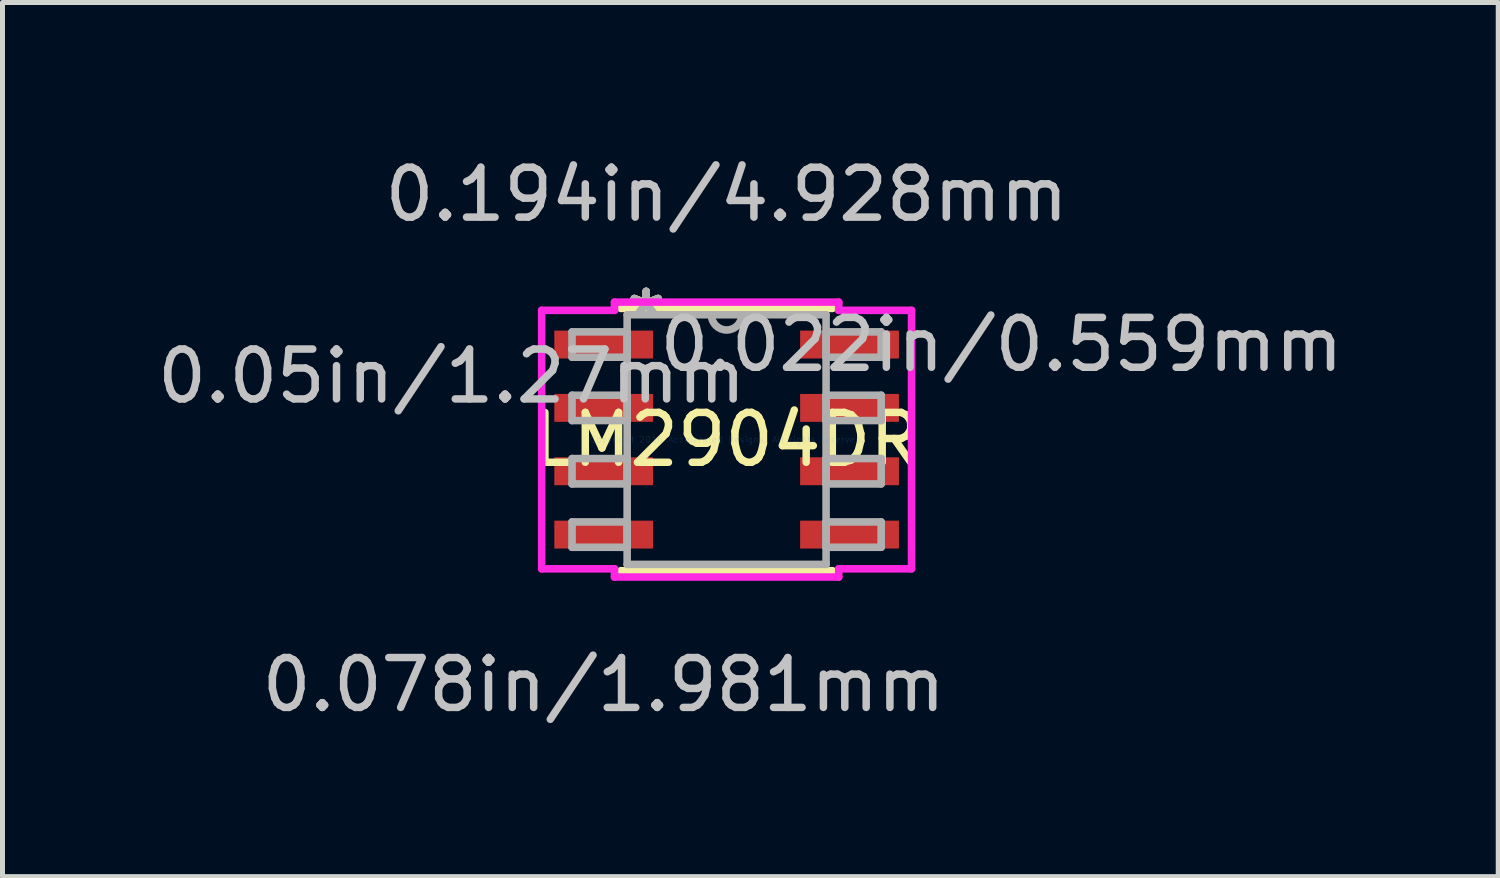
<source format=kicad_pcb>
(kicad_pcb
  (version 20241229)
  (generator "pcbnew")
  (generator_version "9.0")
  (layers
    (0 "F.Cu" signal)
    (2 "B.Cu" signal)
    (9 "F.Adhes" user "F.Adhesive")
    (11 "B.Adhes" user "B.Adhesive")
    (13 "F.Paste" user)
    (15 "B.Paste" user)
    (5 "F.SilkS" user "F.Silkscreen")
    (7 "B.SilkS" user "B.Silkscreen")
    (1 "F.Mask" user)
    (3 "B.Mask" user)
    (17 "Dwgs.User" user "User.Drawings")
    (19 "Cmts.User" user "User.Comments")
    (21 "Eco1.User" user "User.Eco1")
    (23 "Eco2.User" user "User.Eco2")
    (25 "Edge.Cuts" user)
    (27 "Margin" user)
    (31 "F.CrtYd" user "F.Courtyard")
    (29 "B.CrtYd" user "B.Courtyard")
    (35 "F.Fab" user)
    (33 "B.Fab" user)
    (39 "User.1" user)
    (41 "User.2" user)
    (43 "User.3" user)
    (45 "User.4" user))
  (footprint "LM2904DR"
    (layer "F.Cu")
    (at 11.518 5.763)
    (property "Reference" "LM2904DR" (at 0 0 0) (layer "F.SilkS") (effects (font (size 1 1) (thickness 0.15))))
    (attr through_hole)
    (fp_line (start -2.121 2.629) (end 2.121 2.629) (stroke (width 0.152) (type solid)) (layer "F.SilkS"))
    (fp_line (start 2.121 -2.629) (end -2.121 -2.629) (stroke (width 0.152) (type solid)) (layer "F.SilkS"))
    (fp_line (start -3.708 -2.591) (end -2.248 -2.591) (stroke (width 0.152) (type solid)) (layer "F.CrtYd"))
    (fp_line (start -3.708 2.591) (end -3.708 -2.591) (stroke (width 0.152) (type solid)) (layer "F.CrtYd"))
    (fp_line (start -2.248 -2.756) (end 2.248 -2.756) (stroke (width 0.152) (type solid)) (layer "F.CrtYd"))
    (fp_line (start -2.248 -2.591) (end -2.248 -2.756) (stroke (width 0.152) (type solid)) (layer "F.CrtYd"))
    (fp_line (start -2.248 2.591) (end -3.708 2.591) (stroke (width 0.152) (type solid)) (layer "F.CrtYd"))
    (fp_line (start -2.248 2.756) (end -2.248 2.591) (stroke (width 0.152) (type solid)) (layer "F.CrtYd"))
    (fp_line (start 2.248 -2.756) (end 2.248 -2.591) (stroke (width 0.152) (type solid)) (layer "F.CrtYd"))
    (fp_line (start 2.248 -2.591) (end 3.708 -2.591) (stroke (width 0.152) (type solid)) (layer "F.CrtYd"))
    (fp_line (start 2.248 2.591) (end 2.248 2.756) (stroke (width 0.152) (type solid)) (layer "F.CrtYd"))
    (fp_line (start 2.248 2.756) (end -2.248 2.756) (stroke (width 0.152) (type solid)) (layer "F.CrtYd"))
    (fp_line (start 3.708 -2.591) (end 3.708 2.591) (stroke (width 0.152) (type solid)) (layer "F.CrtYd"))
    (fp_line (start 3.708 2.591) (end 2.248 2.591) (stroke (width 0.152) (type solid)) (layer "F.CrtYd"))
    (fp_line (start -3.099 -2.159) (end -3.099 -1.651) (stroke (width 0.152) (type solid)) (layer "F.Fab"))
    (fp_line (start -3.099 -1.651) (end -1.994 -1.651) (stroke (width 0.152) (type solid)) (layer "F.Fab"))
    (fp_line (start -3.099 -0.889) (end -3.099 -0.381) (stroke (width 0.152) (type solid)) (layer "F.Fab"))
    (fp_line (start -3.099 -0.381) (end -1.994 -0.381) (stroke (width 0.152) (type solid)) (layer "F.Fab"))
    (fp_line (start -3.099 0.381) (end -3.099 0.889) (stroke (width 0.152) (type solid)) (layer "F.Fab"))
    (fp_line (start -3.099 0.889) (end -1.994 0.889) (stroke (width 0.152) (type solid)) (layer "F.Fab"))
    (fp_line (start -3.099 1.651) (end -3.099 2.159) (stroke (width 0.152) (type solid)) (layer "F.Fab"))
    (fp_line (start -3.099 2.159) (end -1.994 2.159) (stroke (width 0.152) (type solid)) (layer "F.Fab"))
    (fp_line (start -1.994 -2.502) (end -1.994 2.502) (stroke (width 0.152) (type solid)) (layer "F.Fab"))
    (fp_line (start -1.994 -2.159) (end -3.099 -2.159) (stroke (width 0.152) (type solid)) (layer "F.Fab"))
    (fp_line (start -1.994 -1.651) (end -1.994 -2.159) (stroke (width 0.152) (type solid)) (layer "F.Fab"))
    (fp_line (start -1.994 -0.889) (end -3.099 -0.889) (stroke (width 0.152) (type solid)) (layer "F.Fab"))
    (fp_line (start -1.994 -0.381) (end -1.994 -0.889) (stroke (width 0.152) (type solid)) (layer "F.Fab"))
    (fp_line (start -1.994 0.381) (end -3.099 0.381) (stroke (width 0.152) (type solid)) (layer "F.Fab"))
    (fp_line (start -1.994 0.889) (end -1.994 0.381) (stroke (width 0.152) (type solid)) (layer "F.Fab"))
    (fp_line (start -1.994 1.651) (end -3.099 1.651) (stroke (width 0.152) (type solid)) (layer "F.Fab"))
    (fp_line (start -1.994 2.159) (end -1.994 1.651) (stroke (width 0.152) (type solid)) (layer "F.Fab"))
    (fp_line (start -1.994 2.502) (end 1.994 2.502) (stroke (width 0.152) (type solid)) (layer "F.Fab"))
    (fp_line (start 1.994 -2.502) (end -1.994 -2.502) (stroke (width 0.152) (type solid)) (layer "F.Fab"))
    (fp_line (start 1.994 -2.159) (end 1.994 -1.651) (stroke (width 0.152) (type solid)) (layer "F.Fab"))
    (fp_line (start 1.994 -1.651) (end 3.099 -1.651) (stroke (width 0.152) (type solid)) (layer "F.Fab"))
    (fp_line (start 1.994 -0.889) (end 1.994 -0.381) (stroke (width 0.152) (type solid)) (layer "F.Fab"))
    (fp_line (start 1.994 -0.381) (end 3.099 -0.381) (stroke (width 0.152) (type solid)) (layer "F.Fab"))
    (fp_line (start 1.994 0.381) (end 1.994 0.889) (stroke (width 0.152) (type solid)) (layer "F.Fab"))
    (fp_line (start 1.994 0.889) (end 3.099 0.889) (stroke (width 0.152) (type solid)) (layer "F.Fab"))
    (fp_line (start 1.994 1.651) (end 1.994 2.159) (stroke (width 0.152) (type solid)) (layer "F.Fab"))
    (fp_line (start 1.994 2.159) (end 3.099 2.159) (stroke (width 0.152) (type solid)) (layer "F.Fab"))
    (fp_line (start 1.994 2.502) (end 1.994 -2.502) (stroke (width 0.152) (type solid)) (layer "F.Fab"))
    (fp_line (start 3.099 -2.159) (end 1.994 -2.159) (stroke (width 0.152) (type solid)) (layer "F.Fab"))
    (fp_line (start 3.099 -1.651) (end 3.099 -2.159) (stroke (width 0.152) (type solid)) (layer "F.Fab"))
    (fp_line (start 3.099 -0.889) (end 1.994 -0.889) (stroke (width 0.152) (type solid)) (layer "F.Fab"))
    (fp_line (start 3.099 -0.381) (end 3.099 -0.889) (stroke (width 0.152) (type solid)) (layer "F.Fab"))
    (fp_line (start 3.099 0.381) (end 1.994 0.381) (stroke (width 0.152) (type solid)) (layer "F.Fab"))
    (fp_line (start 3.099 0.889) (end 3.099 0.381) (stroke (width 0.152) (type solid)) (layer "F.Fab"))
    (fp_line (start 3.099 1.651) (end 1.994 1.651) (stroke (width 0.152) (type solid)) (layer "F.Fab"))
    (fp_line (start 3.099 2.159) (end 3.099 1.651) (stroke (width 0.152) (type solid)) (layer "F.Fab"))
    (fp_arc (start 0.3048 -2.5019) (mid 0 -2.1971) (end -0.3048 -2.5019) (stroke (width 0.1524) (type solid)) (layer "F.Fab"))
    (fp_text user "*" (at -1.613 -2.426 0) (layer "F.SilkS") (effects (font (size 1 1) (thickness 0.15))))
    (fp_text user "*" (at -1.613 -2.426 0) (layer "F.SilkS") (effects (font (size 1 1) (thickness 0.15))))
    (fp_text user "0.05in/1.27mm" (at -5.512 -1.27 0) (layer "Dwgs.User") (effects (font (size 1 1) (thickness 0.15))))
    (fp_text user "0.078in/1.981mm" (at -2.464 4.915 0) (layer "Dwgs.User") (effects (font (size 1 1) (thickness 0.15))))
    (fp_text user "0.194in/4.928mm" (at 0 -4.915 0) (layer "Dwgs.User") (effects (font (size 1 1) (thickness 0.15))))
    (fp_text user "0.022in/0.559mm" (at 5.512 -1.905 0) (layer "Dwgs.User") (effects (font (size 1 1) (thickness 0.15))))
    (fp_text user "Copyright 2016 Accelerated Designs. All rights reserved." (at 0 0 0) (layer "Cmts.User") (effects (font (size 0.127 0.127) (thickness 0.002))))
    (fp_text user "*" (at -1.613 -2.426 0) (layer "F.Fab") (effects (font (size 1 1) (thickness 0.15))))
    (fp_text user "*" (at -1.613 -2.426 0) (layer "F.Fab") (effects (font (size 1 1) (thickness 0.15))))
    (pad "1" smd rect (at -2.464 -1.905) (size 1.981 0.559) (layers "F.Cu" "F.Mask" "F.Paste"))
    (pad "2" smd rect (at -2.464 -0.635) (size 1.981 0.559) (layers "F.Cu" "F.Mask" "F.Paste"))
    (pad "3" smd rect (at -2.464 0.635) (size 1.981 0.559) (layers "F.Cu" "F.Mask" "F.Paste"))
    (pad "4" smd rect (at -2.464 1.905) (size 1.981 0.559) (layers "F.Cu" "F.Mask" "F.Paste"))
    (pad "5" smd rect (at 2.464 1.905) (size 1.981 0.559) (layers "F.Cu" "F.Mask" "F.Paste"))
    (pad "6" smd rect (at 2.464 0.635) (size 1.981 0.559) (layers "F.Cu" "F.Mask" "F.Paste"))
    (pad "7" smd rect (at 2.464 -0.635) (size 1.981 0.559) (layers "F.Cu" "F.Mask" "F.Paste"))
    (pad "8" smd rect (at 2.464 -1.905) (size 1.981 0.559) (layers "F.Cu" "F.Mask" "F.Paste")))
  (gr_rect
    (start -3 -3)
    (end 26.988 14.526)
    (stroke (width 0.1) (type default))
    (fill no)
    (layer "Edge.Cuts")))
</source>
